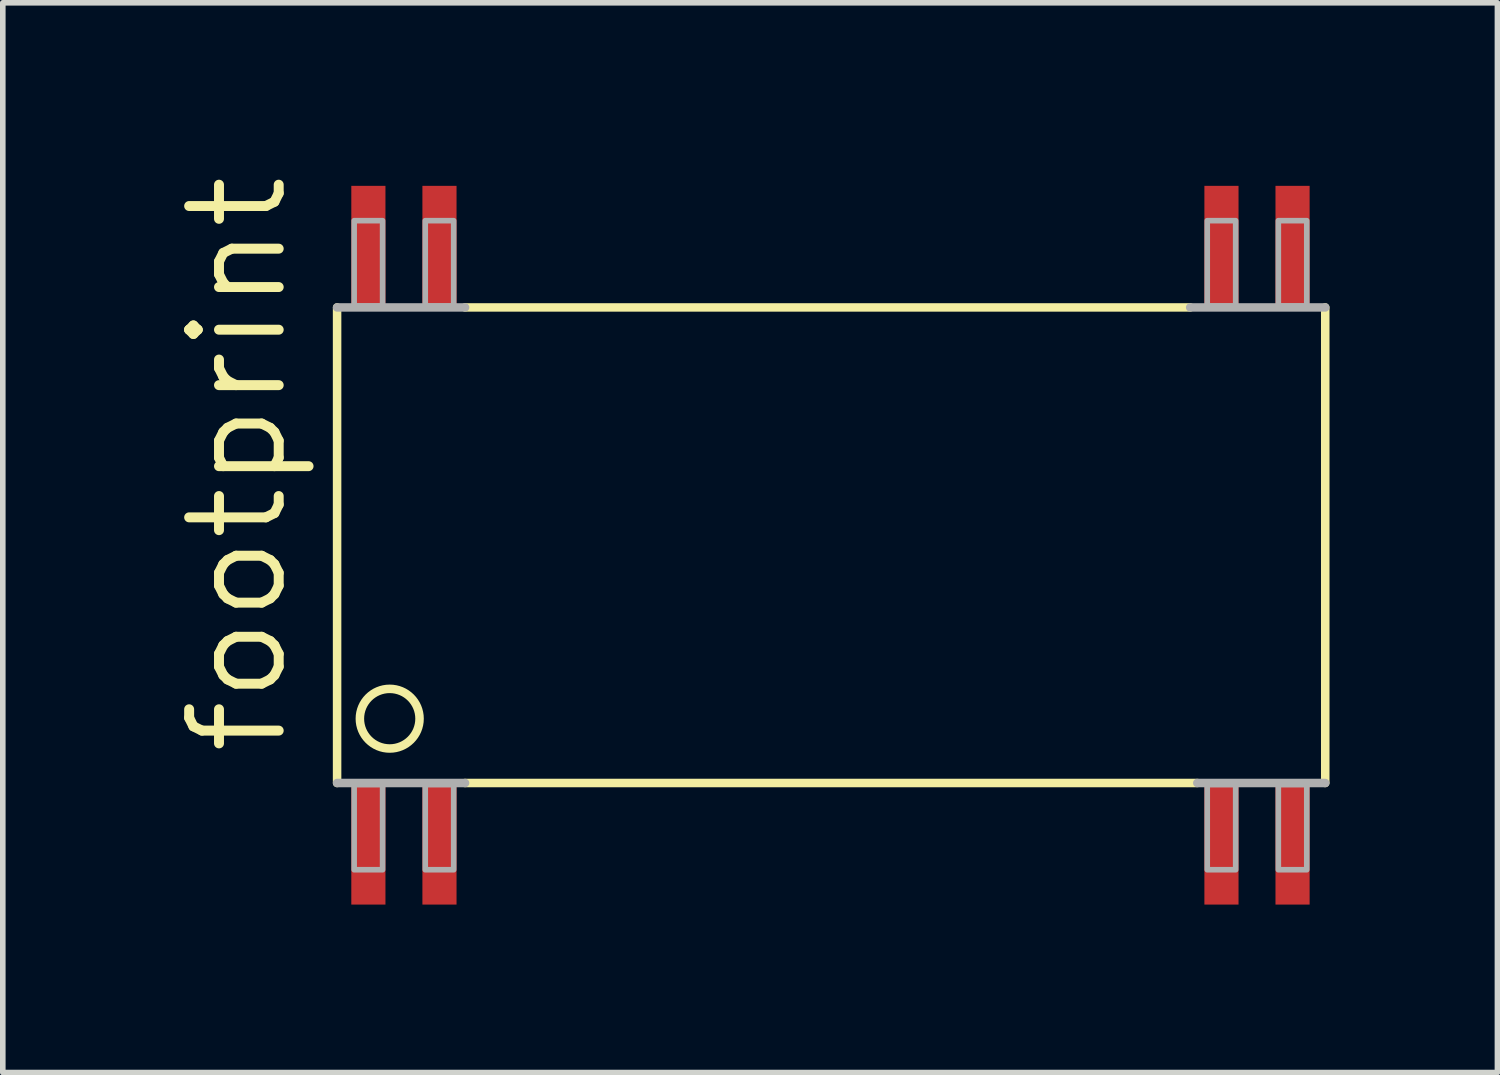
<source format=kicad_pcb>
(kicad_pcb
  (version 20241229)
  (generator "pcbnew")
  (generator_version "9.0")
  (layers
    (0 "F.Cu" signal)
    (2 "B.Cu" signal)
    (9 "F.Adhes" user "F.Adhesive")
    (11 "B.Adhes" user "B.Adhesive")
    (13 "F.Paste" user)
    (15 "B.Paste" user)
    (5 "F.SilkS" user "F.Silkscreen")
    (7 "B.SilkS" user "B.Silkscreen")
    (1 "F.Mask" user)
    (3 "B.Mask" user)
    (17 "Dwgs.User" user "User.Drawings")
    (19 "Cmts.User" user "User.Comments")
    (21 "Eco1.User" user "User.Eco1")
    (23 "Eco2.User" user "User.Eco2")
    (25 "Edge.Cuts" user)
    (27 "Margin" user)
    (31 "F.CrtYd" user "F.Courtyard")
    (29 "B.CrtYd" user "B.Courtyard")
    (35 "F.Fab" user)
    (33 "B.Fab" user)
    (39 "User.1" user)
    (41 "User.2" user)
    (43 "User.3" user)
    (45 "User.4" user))
  (footprint "footprint"
    (layer "F.Cu")
    (at 11.786 6.69)
    (property "Reference" "footprint" (at -9.652 3.81 90) (layer "F.SilkS") (effects (font (size 1.6 1.6) (thickness 0.178)) (justify left bottom)))
    (fp_line (start -8.814 -4.248) (end -8.814 4.248) (stroke (width 0.152) (type solid)) (layer "F.SilkS"))
    (fp_line (start -6.528 4.248) (end 6.553 4.248) (stroke (width 0.152) (type solid)) (layer "F.SilkS"))
    (fp_line (start 6.426 -4.248) (end -6.528 -4.248) (stroke (width 0.152) (type solid)) (layer "F.SilkS"))
    (fp_line (start 8.839 4.248) (end 8.839 -4.248) (stroke (width 0.152) (type solid)) (layer "F.SilkS"))
    (fp_circle (center -7.874 3.099) (end -7.341 3.099) (stroke (width 0.152) (type solid)) (fill no) (layer "F.SilkS"))
    (fp_line (start -8.814 4.248) (end -6.528 4.248) (stroke (width 0.152) (type solid)) (layer "F.Fab"))
    (fp_line (start -6.528 -4.248) (end -8.814 -4.248) (stroke (width 0.152) (type solid)) (layer "F.Fab"))
    (fp_line (start 6.553 4.248) (end 8.839 4.248) (stroke (width 0.152) (type solid)) (layer "F.Fab"))
    (fp_line (start 8.839 -4.248) (end 6.426 -4.248) (stroke (width 0.152) (type solid)) (layer "F.Fab"))
    (fp_poly (pts (xy -8.509 -4.274) (xy -8.001 -4.274) (xy -8.001 -5.798) (xy -8.509 -5.798)) (stroke (width 0.1) (type solid)) (fill no) (layer "F.Fab"))
    (fp_poly (pts (xy -8.509 5.798) (xy -8.001 5.798) (xy -8.001 4.274) (xy -8.509 4.274)) (stroke (width 0.1) (type solid)) (fill no) (layer "F.Fab"))
    (fp_poly (pts (xy -7.239 -4.274) (xy -6.731 -4.274) (xy -6.731 -5.798) (xy -7.239 -5.798)) (stroke (width 0.1) (type solid)) (fill no) (layer "F.Fab"))
    (fp_poly (pts (xy -7.239 5.798) (xy -6.731 5.798) (xy -6.731 4.274) (xy -7.239 4.274)) (stroke (width 0.1) (type solid)) (fill no) (layer "F.Fab"))
    (fp_poly (pts (xy 6.731 -4.274) (xy 7.239 -4.274) (xy 7.239 -5.798) (xy 6.731 -5.798)) (stroke (width 0.1) (type solid)) (fill no) (layer "F.Fab"))
    (fp_poly (pts (xy 6.731 5.798) (xy 7.239 5.798) (xy 7.239 4.274) (xy 6.731 4.274)) (stroke (width 0.1) (type solid)) (fill no) (layer "F.Fab"))
    (fp_poly (pts (xy 8.001 -4.274) (xy 8.509 -4.274) (xy 8.509 -5.798) (xy 8.001 -5.798)) (stroke (width 0.1) (type solid)) (fill no) (layer "F.Fab"))
    (fp_poly (pts (xy 8.001 5.798) (xy 8.509 5.798) (xy 8.509 4.274) (xy 8.001 4.274)) (stroke (width 0.1) (type solid)) (fill no) (layer "F.Fab"))
    (pad "1" smd rect (at -8.255 5.315) (size 0.61 2.21) (layers "F.Cu" "F.Mask" "F.Paste"))
    (pad "2" smd rect (at -6.985 5.315) (size 0.61 2.21) (layers "F.Cu" "F.Mask" "F.Paste"))
    (pad "13" smd rect (at 6.985 5.315) (size 0.61 2.21) (layers "F.Cu" "F.Mask" "F.Paste"))
    (pad "14" smd rect (at 8.255 5.315) (size 0.61 2.21) (layers "F.Cu" "F.Mask" "F.Paste"))
    (pad "15" smd rect (at 8.255 -5.315) (size 0.61 2.21) (layers "F.Cu" "F.Mask" "F.Paste"))
    (pad "16" smd rect (at 6.985 -5.315) (size 0.61 2.21) (layers "F.Cu" "F.Mask" "F.Paste"))
    (pad "27" smd rect (at -6.985 -5.315) (size 0.61 2.21) (layers "F.Cu" "F.Mask" "F.Paste"))
    (pad "28" smd rect (at -8.255 -5.315) (size 0.61 2.21) (layers "F.Cu" "F.Mask" "F.Paste")))
  (gr_rect
    (start -3 -3)
    (end 23.701 16.11)
    (stroke (width 0.1) (type default))
    (fill no)
    (layer "Edge.Cuts")))
</source>
